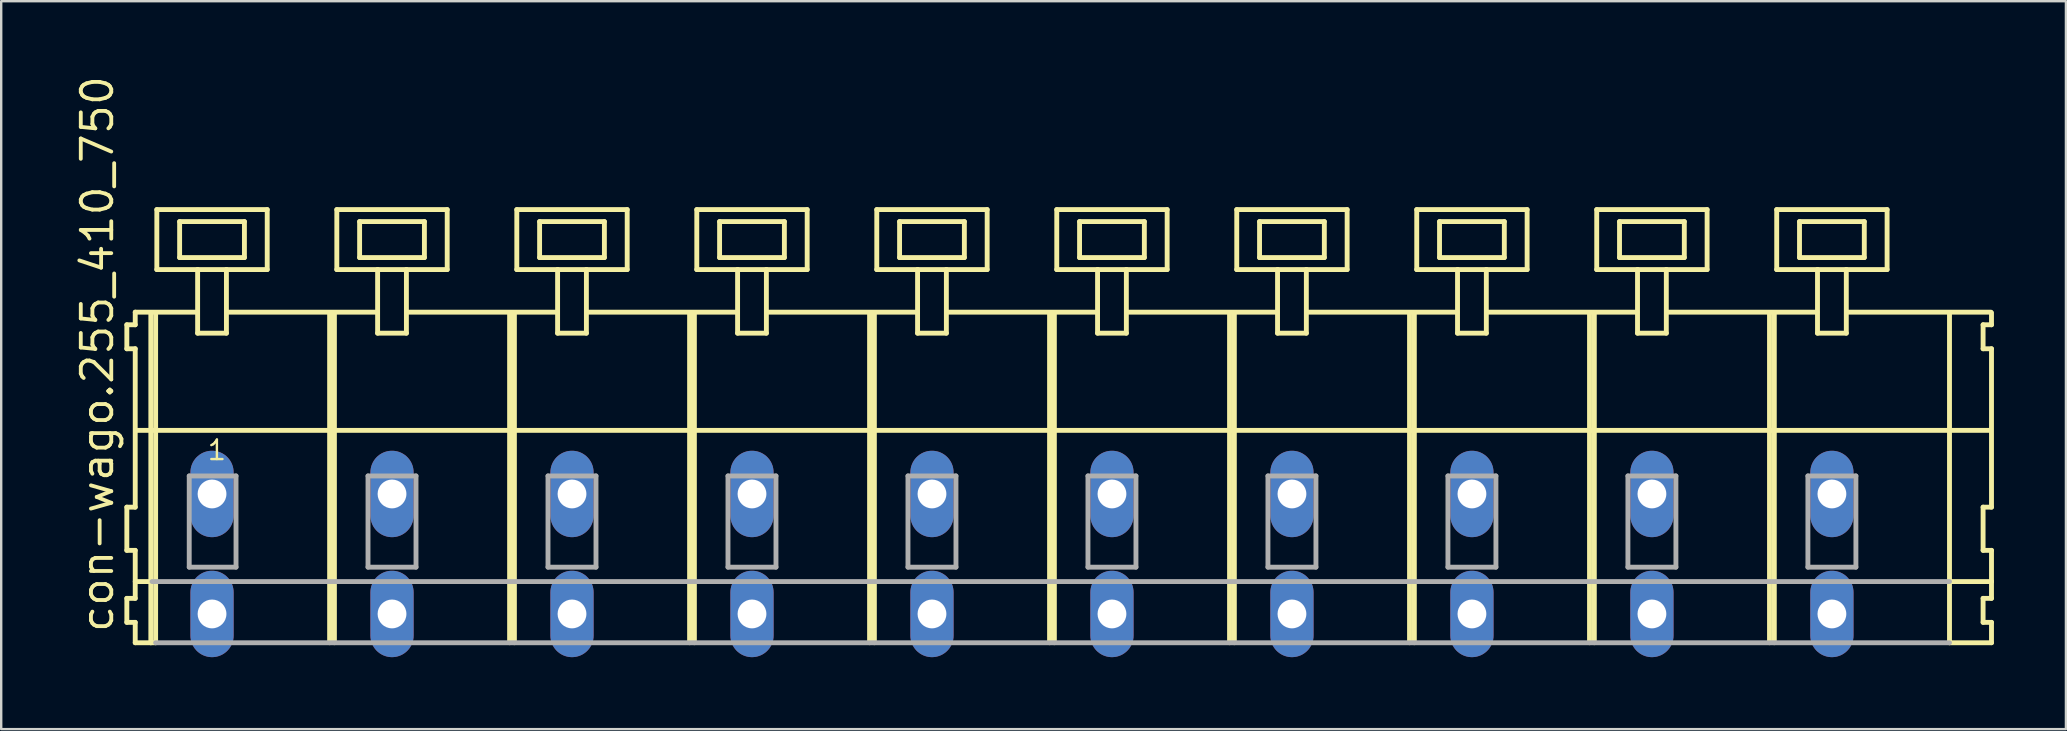
<source format=kicad_pcb>
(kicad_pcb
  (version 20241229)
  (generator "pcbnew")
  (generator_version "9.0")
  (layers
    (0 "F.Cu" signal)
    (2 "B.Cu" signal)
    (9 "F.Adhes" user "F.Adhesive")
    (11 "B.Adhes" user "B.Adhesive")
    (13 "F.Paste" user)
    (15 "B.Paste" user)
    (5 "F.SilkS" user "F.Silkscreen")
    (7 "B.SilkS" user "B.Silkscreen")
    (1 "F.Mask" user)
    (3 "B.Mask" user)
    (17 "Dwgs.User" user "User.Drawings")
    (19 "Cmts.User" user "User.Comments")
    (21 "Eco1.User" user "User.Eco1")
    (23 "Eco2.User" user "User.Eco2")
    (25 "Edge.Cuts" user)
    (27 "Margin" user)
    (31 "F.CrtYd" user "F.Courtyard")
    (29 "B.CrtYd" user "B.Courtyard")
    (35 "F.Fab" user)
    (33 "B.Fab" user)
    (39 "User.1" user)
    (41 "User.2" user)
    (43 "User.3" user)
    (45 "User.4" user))
  (footprint "con-wago.255_410_750"
    (layer "F.Cu")
    (at 40.785 17.533)
    (property "Reference" "con-wago.255_410_750" (at -39.035 5.855 90) (layer "F.SilkS") (effects (font (size 1.27 1.27) (thickness 0.16)) (justify left bottom)))
    (attr through_hole)
    (fp_line (start -38.55 -7.05) (end -38.55 -6.05) (stroke (width 0.203) (type default)) (layer "F.SilkS"))
    (fp_line (start -38.55 -6.05) (end -38.2 -6.05) (stroke (width 0.203) (type default)) (layer "F.SilkS"))
    (fp_line (start -38.55 0.55) (end -38.55 2.35) (stroke (width 0.203) (type default)) (layer "F.SilkS"))
    (fp_line (start -38.55 2.35) (end -38.2 2.35) (stroke (width 0.203) (type default)) (layer "F.SilkS"))
    (fp_line (start -38.55 4.35) (end -38.55 5.35) (stroke (width 0.203) (type default)) (layer "F.SilkS"))
    (fp_line (start -38.55 5.35) (end -38.2 5.35) (stroke (width 0.203) (type default)) (layer "F.SilkS"))
    (fp_line (start -38.2 -7.575) (end -38.2 -7.05) (stroke (width 0.203) (type default)) (layer "F.SilkS"))
    (fp_line (start -38.2 -7.575) (end -35.625 -7.575) (stroke (width 0.203) (type default)) (layer "F.SilkS"))
    (fp_line (start -38.2 -7.05) (end -38.55 -7.05) (stroke (width 0.203) (type default)) (layer "F.SilkS"))
    (fp_line (start -38.2 -6.05) (end -38.2 0.55) (stroke (width 0.203) (type default)) (layer "F.SilkS"))
    (fp_line (start -38.2 0.55) (end -38.55 0.55) (stroke (width 0.203) (type default)) (layer "F.SilkS"))
    (fp_line (start -38.2 2.35) (end -38.2 4.35) (stroke (width 0.203) (type default)) (layer "F.SilkS"))
    (fp_line (start -38.2 3.65) (end -37.5 3.65) (stroke (width 0.203) (type default)) (layer "F.SilkS"))
    (fp_line (start -38.2 4.35) (end -38.55 4.35) (stroke (width 0.203) (type default)) (layer "F.SilkS"))
    (fp_line (start -38.2 5.35) (end -38.2 6.2) (stroke (width 0.203) (type default)) (layer "F.SilkS"))
    (fp_line (start -38.2 6.2) (end -37.55 6.2) (stroke (width 0.203) (type default)) (layer "F.SilkS"))
    (fp_line (start -38.15 -2.65) (end 39.1 -2.65) (stroke (width 0.203) (type default)) (layer "F.SilkS"))
    (fp_line (start -37.55 -7.55) (end -37.55 6.2) (stroke (width 0.203) (type default)) (layer "F.SilkS"))
    (fp_line (start -37.55 6.2) (end -37.35 6.2) (stroke (width 0.203) (type default)) (layer "F.SilkS"))
    (fp_line (start -37.35 -7.55) (end -37.35 6.2) (stroke (width 0.203) (type default)) (layer "F.SilkS"))
    (fp_line (start -37.3 -11.85) (end -37.3 -9.35) (stroke (width 0.203) (type default)) (layer "F.SilkS"))
    (fp_line (start -37.3 -9.35) (end -35.6 -9.35) (stroke (width 0.203) (type default)) (layer "F.SilkS"))
    (fp_line (start -36.35 -11.35) (end -36.35 -9.85) (stroke (width 0.203) (type default)) (layer "F.SilkS"))
    (fp_line (start -36.35 -9.85) (end -33.65 -9.85) (stroke (width 0.203) (type default)) (layer "F.SilkS"))
    (fp_line (start -35.6 -9.35) (end -35.6 -6.7) (stroke (width 0.203) (type default)) (layer "F.SilkS"))
    (fp_line (start -35.6 -9.35) (end -34.4 -9.35) (stroke (width 0.203) (type default)) (layer "F.SilkS"))
    (fp_line (start -35.6 -6.7) (end -34.4 -6.7) (stroke (width 0.203) (type default)) (layer "F.SilkS"))
    (fp_line (start -34.4 -9.35) (end -32.7 -9.35) (stroke (width 0.203) (type default)) (layer "F.SilkS"))
    (fp_line (start -34.4 -6.7) (end -34.4 -9.35) (stroke (width 0.203) (type default)) (layer "F.SilkS"))
    (fp_line (start -34.325 -7.575) (end -28.125 -7.575) (stroke (width 0.203) (type default)) (layer "F.SilkS"))
    (fp_line (start -33.65 -11.35) (end -36.35 -11.35) (stroke (width 0.203) (type default)) (layer "F.SilkS"))
    (fp_line (start -33.65 -9.85) (end -33.65 -11.35) (stroke (width 0.203) (type default)) (layer "F.SilkS"))
    (fp_line (start -32.7 -11.85) (end -37.3 -11.85) (stroke (width 0.203) (type default)) (layer "F.SilkS"))
    (fp_line (start -32.7 -9.35) (end -32.7 -11.85) (stroke (width 0.203) (type default)) (layer "F.SilkS"))
    (fp_line (start -30.1 -7.55) (end -30.1 6.2) (stroke (width 0.203) (type default)) (layer "F.SilkS"))
    (fp_line (start -29.9 -7.55) (end -29.9 6.2) (stroke (width 0.203) (type default)) (layer "F.SilkS"))
    (fp_line (start -29.8 -11.85) (end -29.8 -9.35) (stroke (width 0.203) (type default)) (layer "F.SilkS"))
    (fp_line (start -29.8 -9.35) (end -28.1 -9.35) (stroke (width 0.203) (type default)) (layer "F.SilkS"))
    (fp_line (start -28.85 -11.35) (end -28.85 -9.85) (stroke (width 0.203) (type default)) (layer "F.SilkS"))
    (fp_line (start -28.85 -9.85) (end -26.15 -9.85) (stroke (width 0.203) (type default)) (layer "F.SilkS"))
    (fp_line (start -28.1 -9.35) (end -28.1 -6.7) (stroke (width 0.203) (type default)) (layer "F.SilkS"))
    (fp_line (start -28.1 -9.35) (end -26.9 -9.35) (stroke (width 0.203) (type default)) (layer "F.SilkS"))
    (fp_line (start -28.1 -6.7) (end -26.9 -6.7) (stroke (width 0.203) (type default)) (layer "F.SilkS"))
    (fp_line (start -26.9 -9.35) (end -25.2 -9.35) (stroke (width 0.203) (type default)) (layer "F.SilkS"))
    (fp_line (start -26.9 -6.7) (end -26.9 -9.35) (stroke (width 0.203) (type default)) (layer "F.SilkS"))
    (fp_line (start -26.825 -7.575) (end -20.625 -7.575) (stroke (width 0.203) (type default)) (layer "F.SilkS"))
    (fp_line (start -26.15 -11.35) (end -28.85 -11.35) (stroke (width 0.203) (type default)) (layer "F.SilkS"))
    (fp_line (start -26.15 -9.85) (end -26.15 -11.35) (stroke (width 0.203) (type default)) (layer "F.SilkS"))
    (fp_line (start -25.2 -11.85) (end -29.8 -11.85) (stroke (width 0.203) (type default)) (layer "F.SilkS"))
    (fp_line (start -25.2 -9.35) (end -25.2 -11.85) (stroke (width 0.203) (type default)) (layer "F.SilkS"))
    (fp_line (start -22.6 -7.55) (end -22.6 6.2) (stroke (width 0.203) (type default)) (layer "F.SilkS"))
    (fp_line (start -22.4 -7.55) (end -22.4 6.2) (stroke (width 0.203) (type default)) (layer "F.SilkS"))
    (fp_line (start -22.3 -11.85) (end -22.3 -9.35) (stroke (width 0.203) (type default)) (layer "F.SilkS"))
    (fp_line (start -22.3 -9.35) (end -20.6 -9.35) (stroke (width 0.203) (type default)) (layer "F.SilkS"))
    (fp_line (start -21.35 -11.35) (end -21.35 -9.85) (stroke (width 0.203) (type default)) (layer "F.SilkS"))
    (fp_line (start -21.35 -9.85) (end -18.65 -9.85) (stroke (width 0.203) (type default)) (layer "F.SilkS"))
    (fp_line (start -20.6 -9.35) (end -20.6 -6.7) (stroke (width 0.203) (type default)) (layer "F.SilkS"))
    (fp_line (start -20.6 -9.35) (end -19.4 -9.35) (stroke (width 0.203) (type default)) (layer "F.SilkS"))
    (fp_line (start -20.6 -6.7) (end -19.4 -6.7) (stroke (width 0.203) (type default)) (layer "F.SilkS"))
    (fp_line (start -19.4 -9.35) (end -17.7 -9.35) (stroke (width 0.203) (type default)) (layer "F.SilkS"))
    (fp_line (start -19.4 -6.7) (end -19.4 -9.35) (stroke (width 0.203) (type default)) (layer "F.SilkS"))
    (fp_line (start -19.325 -7.575) (end -13.125 -7.575) (stroke (width 0.203) (type default)) (layer "F.SilkS"))
    (fp_line (start -18.65 -11.35) (end -21.35 -11.35) (stroke (width 0.203) (type default)) (layer "F.SilkS"))
    (fp_line (start -18.65 -9.85) (end -18.65 -11.35) (stroke (width 0.203) (type default)) (layer "F.SilkS"))
    (fp_line (start -17.7 -11.85) (end -22.3 -11.85) (stroke (width 0.203) (type default)) (layer "F.SilkS"))
    (fp_line (start -17.7 -9.35) (end -17.7 -11.85) (stroke (width 0.203) (type default)) (layer "F.SilkS"))
    (fp_line (start -15.1 -7.55) (end -15.1 6.2) (stroke (width 0.203) (type default)) (layer "F.SilkS"))
    (fp_line (start -14.9 -7.55) (end -14.9 6.2) (stroke (width 0.203) (type default)) (layer "F.SilkS"))
    (fp_line (start -14.8 -11.85) (end -14.8 -9.35) (stroke (width 0.203) (type default)) (layer "F.SilkS"))
    (fp_line (start -14.8 -9.35) (end -13.1 -9.35) (stroke (width 0.203) (type default)) (layer "F.SilkS"))
    (fp_line (start -13.85 -11.35) (end -13.85 -9.85) (stroke (width 0.203) (type default)) (layer "F.SilkS"))
    (fp_line (start -13.85 -9.85) (end -11.15 -9.85) (stroke (width 0.203) (type default)) (layer "F.SilkS"))
    (fp_line (start -13.1 -9.35) (end -13.1 -6.7) (stroke (width 0.203) (type default)) (layer "F.SilkS"))
    (fp_line (start -13.1 -9.35) (end -11.9 -9.35) (stroke (width 0.203) (type default)) (layer "F.SilkS"))
    (fp_line (start -13.1 -6.7) (end -11.9 -6.7) (stroke (width 0.203) (type default)) (layer "F.SilkS"))
    (fp_line (start -11.9 -9.35) (end -10.2 -9.35) (stroke (width 0.203) (type default)) (layer "F.SilkS"))
    (fp_line (start -11.9 -6.7) (end -11.9 -9.35) (stroke (width 0.203) (type default)) (layer "F.SilkS"))
    (fp_line (start -11.825 -7.575) (end -5.625 -7.575) (stroke (width 0.203) (type default)) (layer "F.SilkS"))
    (fp_line (start -11.15 -11.35) (end -13.85 -11.35) (stroke (width 0.203) (type default)) (layer "F.SilkS"))
    (fp_line (start -11.15 -9.85) (end -11.15 -11.35) (stroke (width 0.203) (type default)) (layer "F.SilkS"))
    (fp_line (start -10.2 -11.85) (end -14.8 -11.85) (stroke (width 0.203) (type default)) (layer "F.SilkS"))
    (fp_line (start -10.2 -9.35) (end -10.2 -11.85) (stroke (width 0.203) (type default)) (layer "F.SilkS"))
    (fp_line (start -7.6 -7.55) (end -7.6 6.2) (stroke (width 0.203) (type default)) (layer "F.SilkS"))
    (fp_line (start -7.4 -7.55) (end -7.4 6.2) (stroke (width 0.203) (type default)) (layer "F.SilkS"))
    (fp_line (start -7.3 -11.85) (end -7.3 -9.35) (stroke (width 0.203) (type default)) (layer "F.SilkS"))
    (fp_line (start -7.3 -9.35) (end -5.6 -9.35) (stroke (width 0.203) (type default)) (layer "F.SilkS"))
    (fp_line (start -6.35 -11.35) (end -6.35 -9.85) (stroke (width 0.203) (type default)) (layer "F.SilkS"))
    (fp_line (start -6.35 -9.85) (end -3.65 -9.85) (stroke (width 0.203) (type default)) (layer "F.SilkS"))
    (fp_line (start -5.6 -9.35) (end -5.6 -6.7) (stroke (width 0.203) (type default)) (layer "F.SilkS"))
    (fp_line (start -5.6 -9.35) (end -4.4 -9.35) (stroke (width 0.203) (type default)) (layer "F.SilkS"))
    (fp_line (start -5.6 -6.7) (end -4.4 -6.7) (stroke (width 0.203) (type default)) (layer "F.SilkS"))
    (fp_line (start -4.4 -9.35) (end -2.7 -9.35) (stroke (width 0.203) (type default)) (layer "F.SilkS"))
    (fp_line (start -4.4 -6.7) (end -4.4 -9.35) (stroke (width 0.203) (type default)) (layer "F.SilkS"))
    (fp_line (start -4.325 -7.575) (end 1.875 -7.575) (stroke (width 0.203) (type default)) (layer "F.SilkS"))
    (fp_line (start -3.65 -11.35) (end -6.35 -11.35) (stroke (width 0.203) (type default)) (layer "F.SilkS"))
    (fp_line (start -3.65 -9.85) (end -3.65 -11.35) (stroke (width 0.203) (type default)) (layer "F.SilkS"))
    (fp_line (start -2.7 -11.85) (end -7.3 -11.85) (stroke (width 0.203) (type default)) (layer "F.SilkS"))
    (fp_line (start -2.7 -9.35) (end -2.7 -11.85) (stroke (width 0.203) (type default)) (layer "F.SilkS"))
    (fp_line (start -0.1 -7.55) (end -0.1 6.2) (stroke (width 0.203) (type default)) (layer "F.SilkS"))
    (fp_line (start 0.1 -7.55) (end 0.1 6.2) (stroke (width 0.203) (type default)) (layer "F.SilkS"))
    (fp_line (start 0.2 -11.85) (end 0.2 -9.35) (stroke (width 0.203) (type default)) (layer "F.SilkS"))
    (fp_line (start 0.2 -9.35) (end 1.9 -9.35) (stroke (width 0.203) (type default)) (layer "F.SilkS"))
    (fp_line (start 1.15 -11.35) (end 1.15 -9.85) (stroke (width 0.203) (type default)) (layer "F.SilkS"))
    (fp_line (start 1.15 -9.85) (end 3.85 -9.85) (stroke (width 0.203) (type default)) (layer "F.SilkS"))
    (fp_line (start 1.9 -9.35) (end 1.9 -6.7) (stroke (width 0.203) (type default)) (layer "F.SilkS"))
    (fp_line (start 1.9 -9.35) (end 3.1 -9.35) (stroke (width 0.203) (type default)) (layer "F.SilkS"))
    (fp_line (start 1.9 -6.7) (end 3.1 -6.7) (stroke (width 0.203) (type default)) (layer "F.SilkS"))
    (fp_line (start 3.1 -9.35) (end 4.8 -9.35) (stroke (width 0.203) (type default)) (layer "F.SilkS"))
    (fp_line (start 3.1 -6.7) (end 3.1 -9.35) (stroke (width 0.203) (type default)) (layer "F.SilkS"))
    (fp_line (start 3.175 -7.575) (end 9.375 -7.575) (stroke (width 0.203) (type default)) (layer "F.SilkS"))
    (fp_line (start 3.85 -11.35) (end 1.15 -11.35) (stroke (width 0.203) (type default)) (layer "F.SilkS"))
    (fp_line (start 3.85 -9.85) (end 3.85 -11.35) (stroke (width 0.203) (type default)) (layer "F.SilkS"))
    (fp_line (start 4.8 -11.85) (end 0.2 -11.85) (stroke (width 0.203) (type default)) (layer "F.SilkS"))
    (fp_line (start 4.8 -9.35) (end 4.8 -11.85) (stroke (width 0.203) (type default)) (layer "F.SilkS"))
    (fp_line (start 7.4 -7.55) (end 7.4 6.2) (stroke (width 0.203) (type default)) (layer "F.SilkS"))
    (fp_line (start 7.6 -7.55) (end 7.6 6.2) (stroke (width 0.203) (type default)) (layer "F.SilkS"))
    (fp_line (start 7.7 -11.85) (end 7.7 -9.35) (stroke (width 0.203) (type default)) (layer "F.SilkS"))
    (fp_line (start 7.7 -9.35) (end 9.4 -9.35) (stroke (width 0.203) (type default)) (layer "F.SilkS"))
    (fp_line (start 8.65 -11.35) (end 8.65 -9.85) (stroke (width 0.203) (type default)) (layer "F.SilkS"))
    (fp_line (start 8.65 -9.85) (end 11.35 -9.85) (stroke (width 0.203) (type default)) (layer "F.SilkS"))
    (fp_line (start 9.4 -9.35) (end 9.4 -6.7) (stroke (width 0.203) (type default)) (layer "F.SilkS"))
    (fp_line (start 9.4 -9.35) (end 10.6 -9.35) (stroke (width 0.203) (type default)) (layer "F.SilkS"))
    (fp_line (start 9.4 -6.7) (end 10.6 -6.7) (stroke (width 0.203) (type default)) (layer "F.SilkS"))
    (fp_line (start 10.6 -9.35) (end 12.3 -9.35) (stroke (width 0.203) (type default)) (layer "F.SilkS"))
    (fp_line (start 10.6 -6.7) (end 10.6 -9.35) (stroke (width 0.203) (type default)) (layer "F.SilkS"))
    (fp_line (start 10.675 -7.575) (end 16.875 -7.575) (stroke (width 0.203) (type default)) (layer "F.SilkS"))
    (fp_line (start 11.35 -11.35) (end 8.65 -11.35) (stroke (width 0.203) (type default)) (layer "F.SilkS"))
    (fp_line (start 11.35 -9.85) (end 11.35 -11.35) (stroke (width 0.203) (type default)) (layer "F.SilkS"))
    (fp_line (start 12.3 -11.85) (end 7.7 -11.85) (stroke (width 0.203) (type default)) (layer "F.SilkS"))
    (fp_line (start 12.3 -9.35) (end 12.3 -11.85) (stroke (width 0.203) (type default)) (layer "F.SilkS"))
    (fp_line (start 14.9 -7.55) (end 14.9 6.2) (stroke (width 0.203) (type default)) (layer "F.SilkS"))
    (fp_line (start 15.1 -7.55) (end 15.1 6.2) (stroke (width 0.203) (type default)) (layer "F.SilkS"))
    (fp_line (start 15.2 -11.85) (end 15.2 -9.35) (stroke (width 0.203) (type default)) (layer "F.SilkS"))
    (fp_line (start 15.2 -9.35) (end 16.9 -9.35) (stroke (width 0.203) (type default)) (layer "F.SilkS"))
    (fp_line (start 16.15 -11.35) (end 16.15 -9.85) (stroke (width 0.203) (type default)) (layer "F.SilkS"))
    (fp_line (start 16.15 -9.85) (end 18.85 -9.85) (stroke (width 0.203) (type default)) (layer "F.SilkS"))
    (fp_line (start 16.9 -9.35) (end 16.9 -6.7) (stroke (width 0.203) (type default)) (layer "F.SilkS"))
    (fp_line (start 16.9 -9.35) (end 18.1 -9.35) (stroke (width 0.203) (type default)) (layer "F.SilkS"))
    (fp_line (start 16.9 -6.7) (end 18.1 -6.7) (stroke (width 0.203) (type default)) (layer "F.SilkS"))
    (fp_line (start 18.1 -9.35) (end 19.8 -9.35) (stroke (width 0.203) (type default)) (layer "F.SilkS"))
    (fp_line (start 18.1 -6.7) (end 18.1 -9.35) (stroke (width 0.203) (type default)) (layer "F.SilkS"))
    (fp_line (start 18.175 -7.575) (end 24.375 -7.575) (stroke (width 0.203) (type default)) (layer "F.SilkS"))
    (fp_line (start 18.85 -11.35) (end 16.15 -11.35) (stroke (width 0.203) (type default)) (layer "F.SilkS"))
    (fp_line (start 18.85 -9.85) (end 18.85 -11.35) (stroke (width 0.203) (type default)) (layer "F.SilkS"))
    (fp_line (start 19.8 -11.85) (end 15.2 -11.85) (stroke (width 0.203) (type default)) (layer "F.SilkS"))
    (fp_line (start 19.8 -9.35) (end 19.8 -11.85) (stroke (width 0.203) (type default)) (layer "F.SilkS"))
    (fp_line (start 22.4 -7.55) (end 22.4 6.2) (stroke (width 0.203) (type default)) (layer "F.SilkS"))
    (fp_line (start 22.6 -7.55) (end 22.6 6.2) (stroke (width 0.203) (type default)) (layer "F.SilkS"))
    (fp_line (start 22.7 -11.85) (end 22.7 -9.35) (stroke (width 0.203) (type default)) (layer "F.SilkS"))
    (fp_line (start 22.7 -9.35) (end 24.4 -9.35) (stroke (width 0.203) (type default)) (layer "F.SilkS"))
    (fp_line (start 23.65 -11.35) (end 23.65 -9.85) (stroke (width 0.203) (type default)) (layer "F.SilkS"))
    (fp_line (start 23.65 -9.85) (end 26.35 -9.85) (stroke (width 0.203) (type default)) (layer "F.SilkS"))
    (fp_line (start 24.4 -9.35) (end 24.4 -6.7) (stroke (width 0.203) (type default)) (layer "F.SilkS"))
    (fp_line (start 24.4 -9.35) (end 25.6 -9.35) (stroke (width 0.203) (type default)) (layer "F.SilkS"))
    (fp_line (start 24.4 -6.7) (end 25.6 -6.7) (stroke (width 0.203) (type default)) (layer "F.SilkS"))
    (fp_line (start 25.6 -9.35) (end 27.3 -9.35) (stroke (width 0.203) (type default)) (layer "F.SilkS"))
    (fp_line (start 25.6 -6.7) (end 25.6 -9.35) (stroke (width 0.203) (type default)) (layer "F.SilkS"))
    (fp_line (start 25.675 -7.575) (end 31.875 -7.575) (stroke (width 0.203) (type default)) (layer "F.SilkS"))
    (fp_line (start 26.35 -11.35) (end 23.65 -11.35) (stroke (width 0.203) (type default)) (layer "F.SilkS"))
    (fp_line (start 26.35 -9.85) (end 26.35 -11.35) (stroke (width 0.203) (type default)) (layer "F.SilkS"))
    (fp_line (start 27.3 -11.85) (end 22.7 -11.85) (stroke (width 0.203) (type default)) (layer "F.SilkS"))
    (fp_line (start 27.3 -9.35) (end 27.3 -11.85) (stroke (width 0.203) (type default)) (layer "F.SilkS"))
    (fp_line (start 29.9 -7.55) (end 29.9 6.2) (stroke (width 0.203) (type default)) (layer "F.SilkS"))
    (fp_line (start 30.1 -7.55) (end 30.1 6.2) (stroke (width 0.203) (type default)) (layer "F.SilkS"))
    (fp_line (start 30.2 -11.85) (end 30.2 -9.35) (stroke (width 0.203) (type default)) (layer "F.SilkS"))
    (fp_line (start 30.2 -9.35) (end 31.9 -9.35) (stroke (width 0.203) (type default)) (layer "F.SilkS"))
    (fp_line (start 31.15 -11.35) (end 31.15 -9.85) (stroke (width 0.203) (type default)) (layer "F.SilkS"))
    (fp_line (start 31.15 -9.85) (end 33.85 -9.85) (stroke (width 0.203) (type default)) (layer "F.SilkS"))
    (fp_line (start 31.9 -9.35) (end 31.9 -6.7) (stroke (width 0.203) (type default)) (layer "F.SilkS"))
    (fp_line (start 31.9 -9.35) (end 33.1 -9.35) (stroke (width 0.203) (type default)) (layer "F.SilkS"))
    (fp_line (start 31.9 -6.7) (end 33.1 -6.7) (stroke (width 0.203) (type default)) (layer "F.SilkS"))
    (fp_line (start 33.1 -9.35) (end 34.8 -9.35) (stroke (width 0.203) (type default)) (layer "F.SilkS"))
    (fp_line (start 33.1 -6.7) (end 33.1 -9.35) (stroke (width 0.203) (type default)) (layer "F.SilkS"))
    (fp_line (start 33.125 -7.575) (end 39.125 -7.575) (stroke (width 0.203) (type default)) (layer "F.SilkS"))
    (fp_line (start 33.85 -11.35) (end 31.15 -11.35) (stroke (width 0.203) (type default)) (layer "F.SilkS"))
    (fp_line (start 33.85 -9.85) (end 33.85 -11.35) (stroke (width 0.203) (type default)) (layer "F.SilkS"))
    (fp_line (start 34.8 -11.85) (end 30.2 -11.85) (stroke (width 0.203) (type default)) (layer "F.SilkS"))
    (fp_line (start 34.8 -9.35) (end 34.8 -11.85) (stroke (width 0.203) (type default)) (layer "F.SilkS"))
    (fp_line (start 37.4 -7.55) (end 37.4 6.2) (stroke (width 0.203) (type default)) (layer "F.SilkS"))
    (fp_line (start 37.4 6.2) (end 39.15 6.2) (stroke (width 0.203) (type default)) (layer "F.SilkS"))
    (fp_line (start 37.45 3.65) (end 39.15 3.65) (stroke (width 0.203) (type default)) (layer "F.SilkS"))
    (fp_line (start 38.8 -7.05) (end 38.8 -6.05) (stroke (width 0.203) (type default)) (layer "F.SilkS"))
    (fp_line (start 38.8 -6.05) (end 39.15 -6.05) (stroke (width 0.203) (type default)) (layer "F.SilkS"))
    (fp_line (start 38.8 0.55) (end 38.8 2.35) (stroke (width 0.203) (type default)) (layer "F.SilkS"))
    (fp_line (start 38.8 2.35) (end 39.15 2.35) (stroke (width 0.203) (type default)) (layer "F.SilkS"))
    (fp_line (start 38.8 4.35) (end 38.8 5.35) (stroke (width 0.203) (type default)) (layer "F.SilkS"))
    (fp_line (start 38.8 5.35) (end 39.15 5.35) (stroke (width 0.203) (type default)) (layer "F.SilkS"))
    (fp_line (start 39.15 -7.05) (end 38.8 -7.05) (stroke (width 0.203) (type default)) (layer "F.SilkS"))
    (fp_line (start 39.15 -7.05) (end 39.15 -7.55) (stroke (width 0.203) (type default)) (layer "F.SilkS"))
    (fp_line (start 39.15 0.55) (end 38.8 0.55) (stroke (width 0.203) (type default)) (layer "F.SilkS"))
    (fp_line (start 39.15 0.55) (end 39.15 -6.05) (stroke (width 0.203) (type default)) (layer "F.SilkS"))
    (fp_line (start 39.15 3.65) (end 39.15 2.35) (stroke (width 0.203) (type default)) (layer "F.SilkS"))
    (fp_line (start 39.15 4.35) (end 38.8 4.35) (stroke (width 0.203) (type default)) (layer "F.SilkS"))
    (fp_line (start 39.15 4.35) (end 39.15 3.65) (stroke (width 0.203) (type default)) (layer "F.SilkS"))
    (fp_line (start 39.15 6.2) (end 39.15 5.35) (stroke (width 0.203) (type default)) (layer "F.SilkS"))
    (fp_line (start -37.5 3.65) (end 37.4 3.65) (stroke (width 0.203) (type default)) (layer "F.Fab"))
    (fp_line (start -37.35 6.2) (end 37.4 6.2) (stroke (width 0.203) (type default)) (layer "F.Fab"))
    (fp_line (start -35.95 -0.75) (end -35.95 3.05) (stroke (width 0.203) (type default)) (layer "F.Fab"))
    (fp_line (start -35.95 3.05) (end -34 3.05) (stroke (width 0.203) (type default)) (layer "F.Fab"))
    (fp_line (start -34 -0.75) (end -35.95 -0.75) (stroke (width 0.203) (type default)) (layer "F.Fab"))
    (fp_line (start -34 3.05) (end -34 -0.75) (stroke (width 0.203) (type default)) (layer "F.Fab"))
    (fp_line (start -28.5 -0.75) (end -28.5 3.05) (stroke (width 0.203) (type default)) (layer "F.Fab"))
    (fp_line (start -28.5 3.05) (end -26.5 3.05) (stroke (width 0.203) (type default)) (layer "F.Fab"))
    (fp_line (start -26.5 -0.75) (end -28.5 -0.75) (stroke (width 0.203) (type default)) (layer "F.Fab"))
    (fp_line (start -26.5 3.05) (end -26.5 -0.75) (stroke (width 0.203) (type default)) (layer "F.Fab"))
    (fp_line (start -21 -0.75) (end -21 3.05) (stroke (width 0.203) (type default)) (layer "F.Fab"))
    (fp_line (start -21 3.05) (end -19 3.05) (stroke (width 0.203) (type default)) (layer "F.Fab"))
    (fp_line (start -19 -0.75) (end -21 -0.75) (stroke (width 0.203) (type default)) (layer "F.Fab"))
    (fp_line (start -19 3.05) (end -19 -0.75) (stroke (width 0.203) (type default)) (layer "F.Fab"))
    (fp_line (start -13.5 -0.75) (end -13.5 3.05) (stroke (width 0.203) (type default)) (layer "F.Fab"))
    (fp_line (start -13.5 3.05) (end -11.5 3.05) (stroke (width 0.203) (type default)) (layer "F.Fab"))
    (fp_line (start -11.5 -0.75) (end -13.5 -0.75) (stroke (width 0.203) (type default)) (layer "F.Fab"))
    (fp_line (start -11.5 3.05) (end -11.5 -0.75) (stroke (width 0.203) (type default)) (layer "F.Fab"))
    (fp_line (start -6 -0.75) (end -6 3.05) (stroke (width 0.203) (type default)) (layer "F.Fab"))
    (fp_line (start -6 3.05) (end -4 3.05) (stroke (width 0.203) (type default)) (layer "F.Fab"))
    (fp_line (start -4 -0.75) (end -6 -0.75) (stroke (width 0.203) (type default)) (layer "F.Fab"))
    (fp_line (start -4 3.05) (end -4 -0.75) (stroke (width 0.203) (type default)) (layer "F.Fab"))
    (fp_line (start 1.5 -0.75) (end 1.5 3.05) (stroke (width 0.203) (type default)) (layer "F.Fab"))
    (fp_line (start 1.5 3.05) (end 3.5 3.05) (stroke (width 0.203) (type default)) (layer "F.Fab"))
    (fp_line (start 3.5 -0.75) (end 1.5 -0.75) (stroke (width 0.203) (type default)) (layer "F.Fab"))
    (fp_line (start 3.5 3.05) (end 3.5 -0.75) (stroke (width 0.203) (type default)) (layer "F.Fab"))
    (fp_line (start 9 -0.75) (end 9 3.05) (stroke (width 0.203) (type default)) (layer "F.Fab"))
    (fp_line (start 9 3.05) (end 11 3.05) (stroke (width 0.203) (type default)) (layer "F.Fab"))
    (fp_line (start 11 -0.75) (end 9 -0.75) (stroke (width 0.203) (type default)) (layer "F.Fab"))
    (fp_line (start 11 3.05) (end 11 -0.75) (stroke (width 0.203) (type default)) (layer "F.Fab"))
    (fp_line (start 16.5 -0.75) (end 16.5 3.05) (stroke (width 0.203) (type default)) (layer "F.Fab"))
    (fp_line (start 16.5 3.05) (end 18.5 3.05) (stroke (width 0.203) (type default)) (layer "F.Fab"))
    (fp_line (start 18.5 -0.75) (end 16.5 -0.75) (stroke (width 0.203) (type default)) (layer "F.Fab"))
    (fp_line (start 18.5 3.05) (end 18.5 -0.75) (stroke (width 0.203) (type default)) (layer "F.Fab"))
    (fp_line (start 24 -0.75) (end 24 3.05) (stroke (width 0.203) (type default)) (layer "F.Fab"))
    (fp_line (start 24 3.05) (end 26 3.05) (stroke (width 0.203) (type default)) (layer "F.Fab"))
    (fp_line (start 26 -0.75) (end 24 -0.75) (stroke (width 0.203) (type default)) (layer "F.Fab"))
    (fp_line (start 26 3.05) (end 26 -0.75) (stroke (width 0.203) (type default)) (layer "F.Fab"))
    (fp_line (start 31.5 -0.75) (end 31.5 3.05) (stroke (width 0.203) (type default)) (layer "F.Fab"))
    (fp_line (start 31.5 3.05) (end 33.5 3.05) (stroke (width 0.203) (type default)) (layer "F.Fab"))
    (fp_line (start 33.5 -0.75) (end 31.5 -0.75) (stroke (width 0.203) (type default)) (layer "F.Fab"))
    (fp_line (start 33.5 3.05) (end 33.5 -0.75) (stroke (width 0.203) (type default)) (layer "F.Fab"))
    (fp_text user "1" (at -35.25 -1.35 0) (layer "F.SilkS") (effects (font (size 0.813 0.813) (thickness 0.1)) (justify left bottom)))
    (pad "A1" thru_hole oval (at -35 0 90) (size 3.6 1.8) (drill 1.2) (layers "*.Cu" "*.Mask"))
    (pad "A2" thru_hole oval (at -27.5 0 90) (size 3.6 1.8) (drill 1.2) (layers "*.Cu" "*.Mask"))
    (pad "A3" thru_hole oval (at -20 0 90) (size 3.6 1.8) (drill 1.2) (layers "*.Cu" "*.Mask"))
    (pad "A4" thru_hole oval (at -12.5 0 90) (size 3.6 1.8) (drill 1.2) (layers "*.Cu" "*.Mask"))
    (pad "A5" thru_hole oval (at -5 0 90) (size 3.6 1.8) (drill 1.2) (layers "*.Cu" "*.Mask"))
    (pad "A6" thru_hole oval (at 2.5 0 90) (size 3.6 1.8) (drill 1.2) (layers "*.Cu" "*.Mask"))
    (pad "A7" thru_hole oval (at 10 0 90) (size 3.6 1.8) (drill 1.2) (layers "*.Cu" "*.Mask"))
    (pad "A8" thru_hole oval (at 17.5 0 90) (size 3.6 1.8) (drill 1.2) (layers "*.Cu" "*.Mask"))
    (pad "A9" thru_hole oval (at 25 0 90) (size 3.6 1.8) (drill 1.2) (layers "*.Cu" "*.Mask"))
    (pad "A10" thru_hole oval (at 32.5 0 90) (size 3.6 1.8) (drill 1.2) (layers "*.Cu" "*.Mask"))
    (pad "B1" thru_hole oval (at -35 5 90) (size 3.6 1.8) (drill 1.2) (layers "*.Cu" "*.Mask"))
    (pad "B2" thru_hole oval (at -27.5 5 90) (size 3.6 1.8) (drill 1.2) (layers "*.Cu" "*.Mask"))
    (pad "B3" thru_hole oval (at -20 5 90) (size 3.6 1.8) (drill 1.2) (layers "*.Cu" "*.Mask"))
    (pad "B4" thru_hole oval (at -12.5 5 90) (size 3.6 1.8) (drill 1.2) (layers "*.Cu" "*.Mask"))
    (pad "B5" thru_hole oval (at -5 5 90) (size 3.6 1.8) (drill 1.2) (layers "*.Cu" "*.Mask"))
    (pad "B6" thru_hole oval (at 2.5 5 90) (size 3.6 1.8) (drill 1.2) (layers "*.Cu" "*.Mask"))
    (pad "B7" thru_hole oval (at 10 5 90) (size 3.6 1.8) (drill 1.2) (layers "*.Cu" "*.Mask"))
    (pad "B8" thru_hole oval (at 17.5 5 90) (size 3.6 1.8) (drill 1.2) (layers "*.Cu" "*.Mask"))
    (pad "B9" thru_hole oval (at 25 5 90) (size 3.6 1.8) (drill 1.2) (layers "*.Cu" "*.Mask"))
    (pad "B10" thru_hole oval (at 32.5 5 90) (size 3.6 1.8) (drill 1.2) (layers "*.Cu" "*.Mask")))
  (gr_rect
    (start -3 -3)
    (end 83.037 27.333)
    (stroke (width 0.1) (type default))
    (fill no)
    (layer "Edge.Cuts")))
</source>
